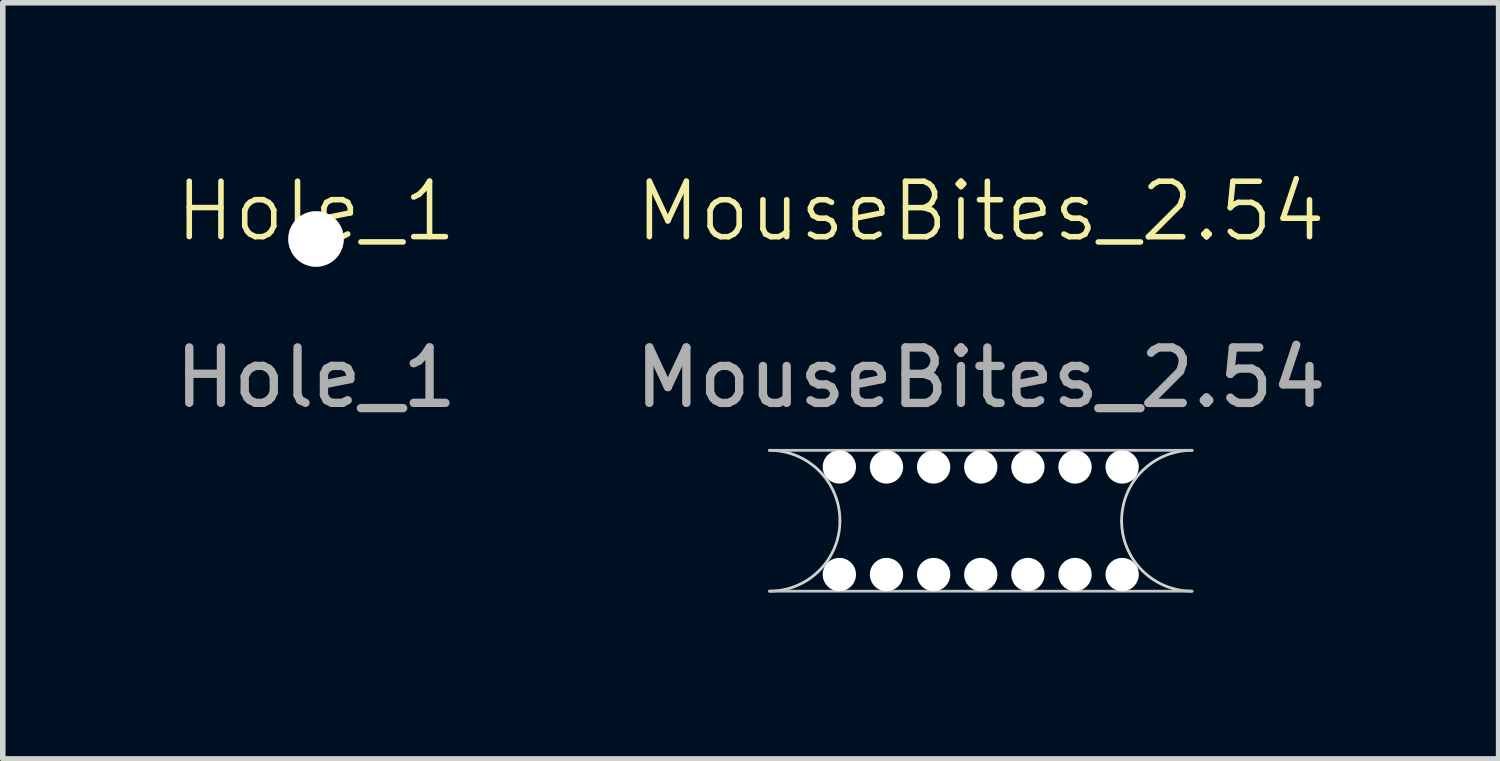
<source format=kicad_pcb>
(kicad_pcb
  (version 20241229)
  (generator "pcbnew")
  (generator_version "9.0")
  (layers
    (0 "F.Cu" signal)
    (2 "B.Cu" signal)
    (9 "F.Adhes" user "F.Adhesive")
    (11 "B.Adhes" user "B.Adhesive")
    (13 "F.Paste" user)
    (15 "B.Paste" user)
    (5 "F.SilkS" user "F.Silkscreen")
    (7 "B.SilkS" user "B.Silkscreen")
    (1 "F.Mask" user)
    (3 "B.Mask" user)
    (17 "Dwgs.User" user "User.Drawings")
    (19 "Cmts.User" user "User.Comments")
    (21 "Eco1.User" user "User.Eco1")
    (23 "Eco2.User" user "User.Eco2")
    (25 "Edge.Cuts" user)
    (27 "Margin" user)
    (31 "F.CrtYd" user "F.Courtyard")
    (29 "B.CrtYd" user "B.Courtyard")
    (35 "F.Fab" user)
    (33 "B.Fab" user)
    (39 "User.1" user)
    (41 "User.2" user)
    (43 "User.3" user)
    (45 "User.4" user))
  (footprint "MouseBites_2.54"
    (layer "F.Cu")
    (at 14.637 5.071)
    (property "Reference" "MouseBites_2.54" (at 0 -4.31 0) (unlocked yes) (layer "F.SilkS") (effects (font (size 1 1) (thickness 0.1))))
    (attr smd)
    (fp_line (start -3.81 0) (end 3.81 0) (stroke (width 0.05) (type default)) (layer "Dwgs.User"))
    (fp_line (start -3.81 2.54) (end 3.81 2.54) (stroke (width 0.05) (type default)) (layer "Dwgs.User"))
    (fp_arc (start -3.81 0) (mid -2.911974 0.371974) (end -2.54 1.27) (stroke (width 0.05) (type default)) (layer "Edge.Cuts"))
    (fp_arc (start -2.54 1.27) (mid -2.911974 2.168026) (end -3.81 2.54) (stroke (width 0.05) (type default)) (layer "Edge.Cuts"))
    (fp_arc (start 2.54 1.27) (mid 2.911974 0.371974) (end 3.81 0) (stroke (width 0.05) (type default)) (layer "Edge.Cuts"))
    (fp_arc (start 3.81 2.54) (mid 2.911974 2.168026) (end 2.54 1.27) (stroke (width 0.05) (type default)) (layer "Edge.Cuts"))
    (fp_text user "${REFERENCE}" (at 0 -1.31 0) (unlocked yes) (layer "F.Fab") (effects (font (size 1 1) (thickness 0.15))))
    (pad "" np_thru_hole circle (at -2.55 0.3) (size 0.6 0.6) (drill 0.6) (layers "*.Cu" "*.Mask"))
    (pad "" np_thru_hole circle (at -2.55 2.24) (size 0.6 0.6) (drill 0.6) (layers "*.Cu" "*.Mask"))
    (pad "" np_thru_hole circle (at -1.7 0.3) (size 0.6 0.6) (drill 0.6) (layers "*.Cu" "*.Mask"))
    (pad "" np_thru_hole circle (at -1.7 2.24) (size 0.6 0.6) (drill 0.6) (layers "*.Cu" "*.Mask"))
    (pad "" np_thru_hole circle (at -0.85 0.3) (size 0.6 0.6) (drill 0.6) (layers "*.Cu" "*.Mask"))
    (pad "" np_thru_hole circle (at -0.85 2.24) (size 0.6 0.6) (drill 0.6) (layers "*.Cu" "*.Mask"))
    (pad "" np_thru_hole circle (at 0 0.3) (size 0.6 0.6) (drill 0.6) (layers "*.Cu" "*.Mask"))
    (pad "" np_thru_hole circle (at 0 2.24) (size 0.6 0.6) (drill 0.6) (layers "*.Cu" "*.Mask"))
    (pad "" np_thru_hole circle (at 0.85 0.3) (size 0.6 0.6) (drill 0.6) (layers "*.Cu" "*.Mask"))
    (pad "" np_thru_hole circle (at 0.85 2.24) (size 0.6 0.6) (drill 0.6) (layers "*.Cu" "*.Mask"))
    (pad "" np_thru_hole circle (at 1.7 0.3) (size 0.6 0.6) (drill 0.6) (layers "*.Cu" "*.Mask"))
    (pad "" np_thru_hole circle (at 1.7 2.24) (size 0.6 0.6) (drill 0.6) (layers "*.Cu" "*.Mask"))
    (pad "" np_thru_hole circle (at 2.55 0.3) (size 0.6 0.6) (drill 0.6) (layers "*.Cu" "*.Mask"))
    (pad "" np_thru_hole circle (at 2.55 2.24) (size 0.6 0.6) (drill 0.6) (layers "*.Cu" "*.Mask")))
  (footprint "Hole_1"
    (layer "F.Cu")
    (at 2.649 1.26)
    (property "Reference" "Hole_1" (at 0 -0.5 0) (unlocked yes) (layer "F.SilkS") (effects (font (size 1 1) (thickness 0.1))))
    (attr smd)
    (fp_text user "${REFERENCE}" (at 0 2.5 0) (unlocked yes) (layer "F.Fab") (effects (font (size 1 1) (thickness 0.15))))
    (pad "1" thru_hole circle (at 0 0) (size 1 1) (drill 1) (layers "*.Cu" "*.Mask" "F.Paste")))
  (gr_rect
    (start -3 -3)
    (end 23.976 10.636)
    (stroke (width 0.1) (type default))
    (fill no)
    (layer "Edge.Cuts")))
</source>
